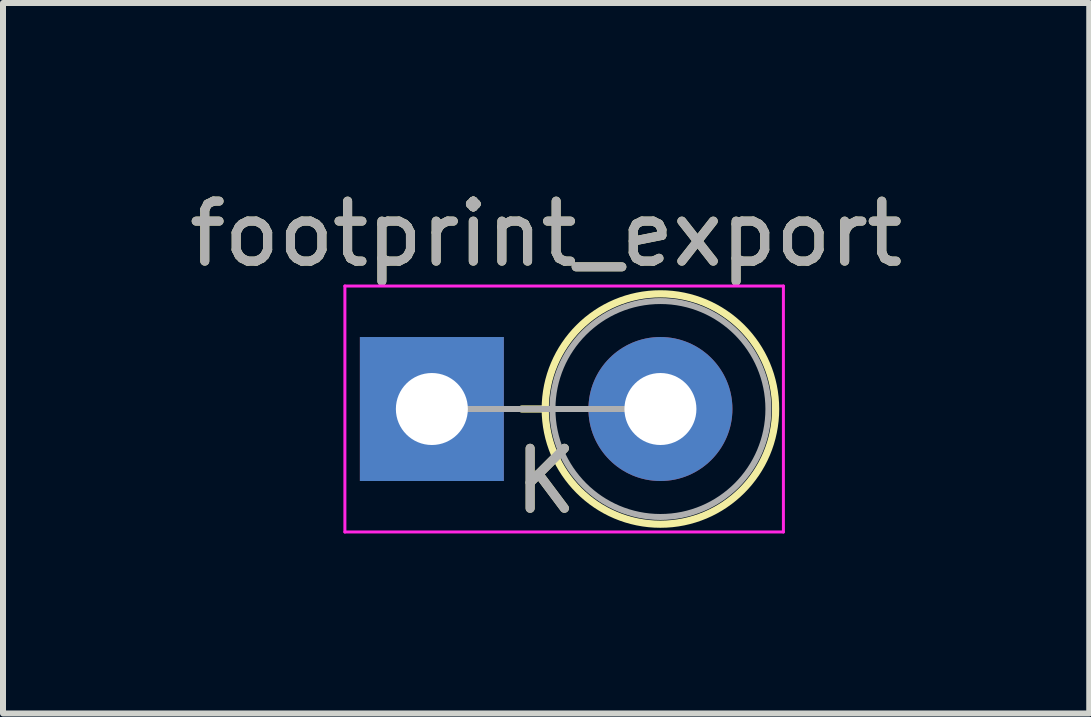
<source format=kicad_pcb>
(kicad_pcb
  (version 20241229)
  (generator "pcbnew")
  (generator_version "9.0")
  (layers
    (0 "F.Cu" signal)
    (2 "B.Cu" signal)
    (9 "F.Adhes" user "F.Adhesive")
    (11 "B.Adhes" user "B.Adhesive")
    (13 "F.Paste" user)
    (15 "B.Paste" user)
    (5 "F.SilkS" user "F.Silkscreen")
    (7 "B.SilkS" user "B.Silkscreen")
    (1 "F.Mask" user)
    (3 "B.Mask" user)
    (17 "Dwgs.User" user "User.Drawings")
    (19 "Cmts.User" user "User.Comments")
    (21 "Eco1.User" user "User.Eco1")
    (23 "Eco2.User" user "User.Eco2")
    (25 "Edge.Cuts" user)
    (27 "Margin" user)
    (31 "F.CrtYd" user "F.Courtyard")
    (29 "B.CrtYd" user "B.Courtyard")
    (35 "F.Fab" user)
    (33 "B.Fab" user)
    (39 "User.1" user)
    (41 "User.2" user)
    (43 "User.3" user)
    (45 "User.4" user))
  (footprint "footprint_export"
    (layer "F.Cu")
    (at 4.149 3.768)
    (property "Reference" "footprint_export" (at 1.905 -2.92 0) (layer "F.SilkS") (effects (font (size 1 1) (thickness 0.15))))
    (attr through_hole)
    (fp_line (start 1.89 0) (end 1.5 0) (stroke (width 0.12) (type solid)) (layer "F.SilkS"))
    (fp_circle (center 3.81 0) (end 5.73 0) (stroke (width 0.12) (type solid)) (fill no) (layer "F.SilkS"))
    (fp_line (start -1.45 -2.05) (end -1.45 2.05) (stroke (width 0.05) (type solid)) (layer "F.CrtYd"))
    (fp_line (start -1.45 2.05) (end 5.86 2.05) (stroke (width 0.05) (type solid)) (layer "F.CrtYd"))
    (fp_line (start 5.86 -2.05) (end -1.45 -2.05) (stroke (width 0.05) (type solid)) (layer "F.CrtYd"))
    (fp_line (start 5.86 2.05) (end 5.86 -2.05) (stroke (width 0.05) (type solid)) (layer "F.CrtYd"))
    (fp_line (start 0 0) (end 3.81 0) (stroke (width 0.1) (type solid)) (layer "F.Fab"))
    (fp_circle (center 3.81 0) (end 5.61 0) (stroke (width 0.1) (type solid)) (fill no) (layer "F.Fab"))
    (fp_text user "K" (at 1.9 1.2 0) (layer "F.SilkS") (effects (font (size 1 1) (thickness 0.15))))
    (fp_text user "${REFERENCE}" (at 1.905 -2.92 0) (layer "F.Fab") (effects (font (size 1 1) (thickness 0.15))))
    (fp_text user "K" (at 1.9 1.2 0) (layer "F.Fab") (effects (font (size 1 1) (thickness 0.15))))
    (pad "1" thru_hole rect (at 0 0) (size 2.4 2.4) (drill 1.2) (layers "*.Cu" "*.Mask"))
    (pad "2" thru_hole oval (at 3.81 0) (size 2.4 2.4) (drill 1.2) (layers "*.Cu" "*.Mask")))
  (gr_rect
    (start -3 -3)
    (end 15.107 8.843)
    (stroke (width 0.1) (type default))
    (fill no)
    (layer "Edge.Cuts")))
</source>
